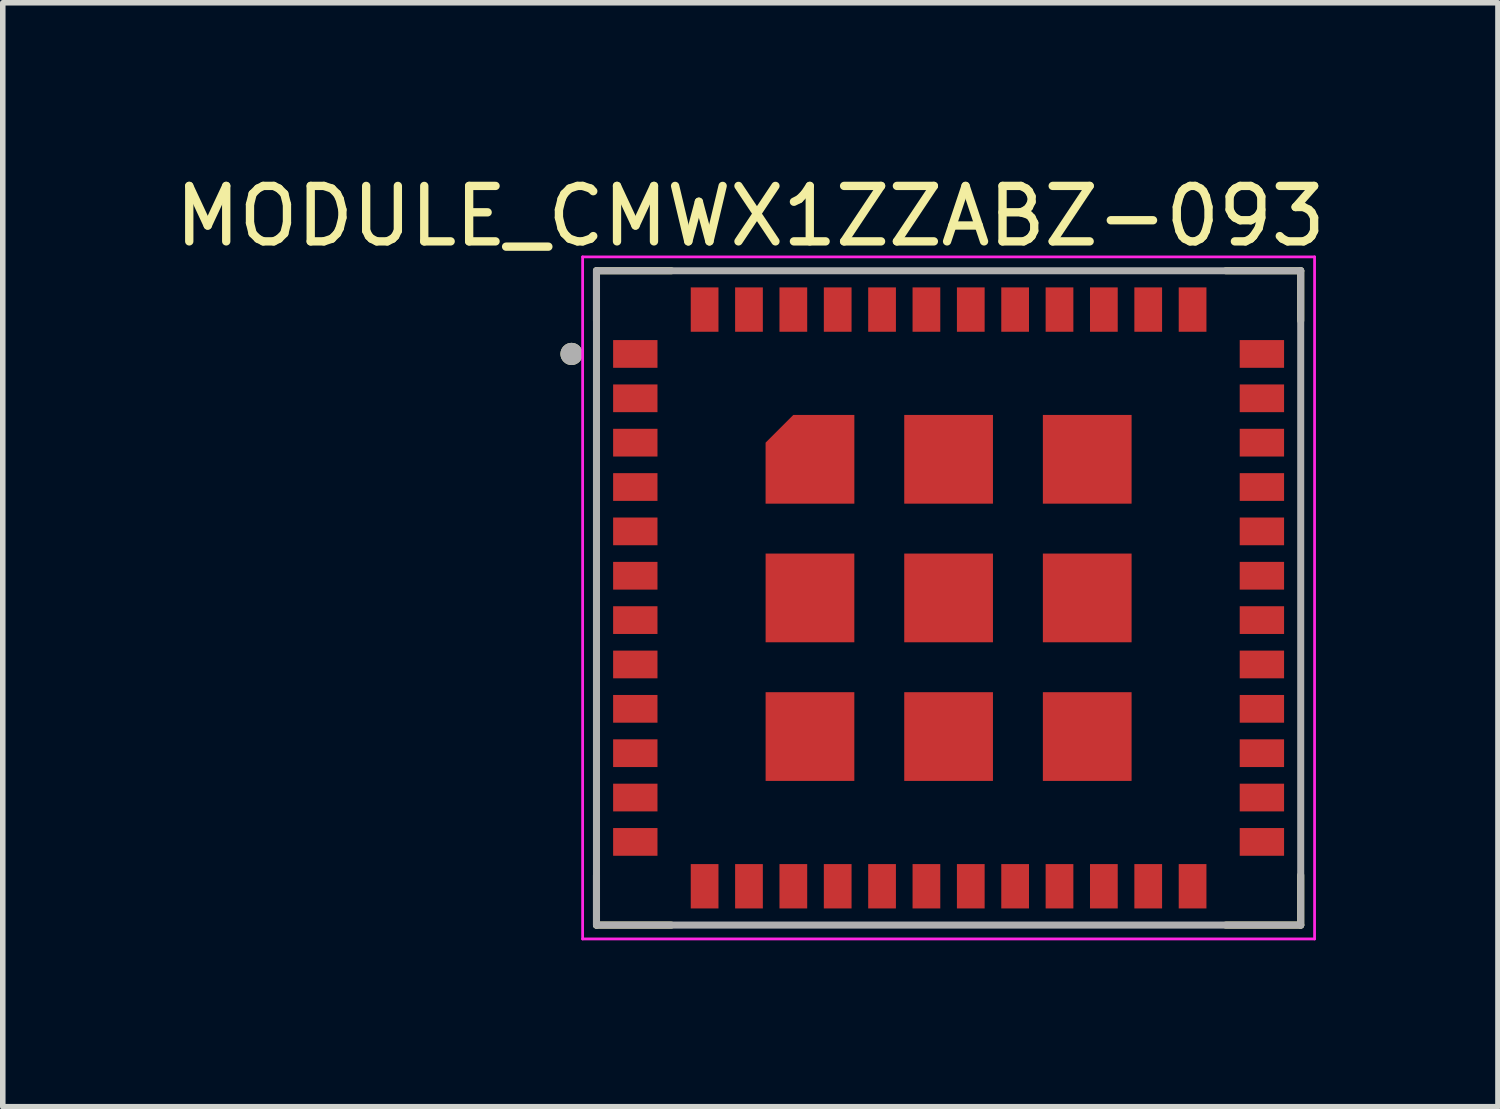
<source format=kicad_pcb>
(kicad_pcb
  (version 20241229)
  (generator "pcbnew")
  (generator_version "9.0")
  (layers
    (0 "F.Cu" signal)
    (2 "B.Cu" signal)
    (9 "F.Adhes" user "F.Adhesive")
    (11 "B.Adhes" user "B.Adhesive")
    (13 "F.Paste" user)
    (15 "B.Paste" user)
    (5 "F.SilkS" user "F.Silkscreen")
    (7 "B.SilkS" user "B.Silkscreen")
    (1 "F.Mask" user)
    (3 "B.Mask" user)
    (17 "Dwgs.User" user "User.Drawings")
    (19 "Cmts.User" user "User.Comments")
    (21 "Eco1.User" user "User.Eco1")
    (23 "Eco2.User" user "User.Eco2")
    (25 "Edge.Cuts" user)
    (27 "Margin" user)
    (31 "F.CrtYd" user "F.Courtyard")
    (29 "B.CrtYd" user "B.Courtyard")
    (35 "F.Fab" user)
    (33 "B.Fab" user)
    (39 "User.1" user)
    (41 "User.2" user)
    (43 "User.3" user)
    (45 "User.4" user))
  (footprint "MODULE_CMWX1ZZABZ-093"
    (layer "F.Cu")
    (at 14.057 7.733)
    (property "Reference" "MODULE_CMWX1ZZABZ-093" (at -3.575 -6.885 0) (layer "F.SilkS") (effects (font (size 1 1) (thickness 0.15))))
    (attr through_hole)
    (fp_poly (pts (xy -1.6 -3.4) (xy -1.6 -1.6) (xy -3.4 -1.6) (xy -3.4 -2.9) (xy -2.9 -3.4)) (stroke (width 0.001) (type solid)) (fill yes) (layer "F.Mask"))
    (fp_line (start -6.35 -5.9) (end -5 -5.9) (stroke (width 0.127) (type solid)) (layer "F.SilkS"))
    (fp_line (start -6.35 -5) (end -6.35 -5.9) (stroke (width 0.127) (type solid)) (layer "F.SilkS"))
    (fp_line (start -6.35 5) (end -6.35 5.9) (stroke (width 0.127) (type solid)) (layer "F.SilkS"))
    (fp_line (start -6.35 5.9) (end -5 5.9) (stroke (width 0.127) (type solid)) (layer "F.SilkS"))
    (fp_line (start 5 -5.9) (end 6.35 -5.9) (stroke (width 0.127) (type solid)) (layer "F.SilkS"))
    (fp_line (start 5 5.9) (end 6.35 5.9) (stroke (width 0.127) (type solid)) (layer "F.SilkS"))
    (fp_line (start 6.35 -5.9) (end 6.35 -5) (stroke (width 0.127) (type solid)) (layer "F.SilkS"))
    (fp_line (start 6.35 5.9) (end 6.35 5) (stroke (width 0.127) (type solid)) (layer "F.SilkS"))
    (fp_circle (center -6.8 -4.4) (end -6.7 -4.4) (stroke (width 0.2) (type solid)) (fill no) (layer "F.SilkS"))
    (fp_poly (pts (xy -1.7 -3.3) (xy -1.7 -1.7) (xy -3.3 -1.7) (xy -3.3 -2.8) (xy -2.8 -3.3)) (stroke (width 0.001) (type solid)) (fill yes) (layer "F.Paste"))
    (fp_line (start -6.6 -6.15) (end -6.6 6.15) (stroke (width 0.05) (type solid)) (layer "F.CrtYd"))
    (fp_line (start -6.6 6.15) (end 6.6 6.15) (stroke (width 0.05) (type solid)) (layer "F.CrtYd"))
    (fp_line (start 6.6 -6.15) (end -6.6 -6.15) (stroke (width 0.05) (type solid)) (layer "F.CrtYd"))
    (fp_line (start 6.6 6.15) (end 6.6 -6.15) (stroke (width 0.05) (type solid)) (layer "F.CrtYd"))
    (fp_line (start -6.35 -5.9) (end 6.35 -5.9) (stroke (width 0.127) (type solid)) (layer "F.Fab"))
    (fp_line (start -6.35 5.9) (end -6.35 -5.9) (stroke (width 0.127) (type solid)) (layer "F.Fab"))
    (fp_line (start 6.35 -5.9) (end 6.35 5.9) (stroke (width 0.127) (type solid)) (layer "F.Fab"))
    (fp_line (start 6.35 5.9) (end -6.35 5.9) (stroke (width 0.127) (type solid)) (layer "F.Fab"))
    (fp_circle (center -6.8 -4.4) (end -6.7 -4.4) (stroke (width 0.2) (type solid)) (fill no) (layer "F.Fab"))
    (pad "1" smd rect (at -5.65 -4.4) (size 0.8 0.5) (layers "F.Cu" "F.Mask" "F.Paste"))
    (pad "2" smd rect (at -5.65 -3.6) (size 0.8 0.5) (layers "F.Cu" "F.Mask" "F.Paste"))
    (pad "3" smd rect (at -5.65 -2.8) (size 0.8 0.5) (layers "F.Cu" "F.Mask" "F.Paste"))
    (pad "4" smd rect (at -5.65 -2) (size 0.8 0.5) (layers "F.Cu" "F.Mask" "F.Paste"))
    (pad "5" smd rect (at -5.65 -1.2) (size 0.8 0.5) (layers "F.Cu" "F.Mask" "F.Paste"))
    (pad "6" smd rect (at -5.65 -0.4) (size 0.8 0.5) (layers "F.Cu" "F.Mask" "F.Paste"))
    (pad "7" smd rect (at -5.65 0.4) (size 0.8 0.5) (layers "F.Cu" "F.Mask" "F.Paste"))
    (pad "8" smd rect (at -5.65 1.2) (size 0.8 0.5) (layers "F.Cu" "F.Mask" "F.Paste"))
    (pad "9" smd rect (at -5.65 2) (size 0.8 0.5) (layers "F.Cu" "F.Mask" "F.Paste"))
    (pad "10" smd rect (at -5.65 2.8) (size 0.8 0.5) (layers "F.Cu" "F.Mask" "F.Paste"))
    (pad "11" smd rect (at -5.65 3.6) (size 0.8 0.5) (layers "F.Cu" "F.Mask" "F.Paste"))
    (pad "12" smd rect (at -5.65 4.4) (size 0.8 0.5) (layers "F.Cu" "F.Mask" "F.Paste"))
    (pad "13" smd rect (at -4.4 5.2) (size 0.5 0.8) (layers "F.Cu" "F.Mask" "F.Paste"))
    (pad "14" smd rect (at -3.6 5.2) (size 0.5 0.8) (layers "F.Cu" "F.Mask" "F.Paste"))
    (pad "15" smd rect (at -2.8 5.2) (size 0.5 0.8) (layers "F.Cu" "F.Mask" "F.Paste"))
    (pad "16" smd rect (at -2 5.2) (size 0.5 0.8) (layers "F.Cu" "F.Mask" "F.Paste"))
    (pad "17" smd rect (at -1.2 5.2) (size 0.5 0.8) (layers "F.Cu" "F.Mask" "F.Paste"))
    (pad "18" smd rect (at -0.4 5.2) (size 0.5 0.8) (layers "F.Cu" "F.Mask" "F.Paste"))
    (pad "19" smd rect (at 0.4 5.2) (size 0.5 0.8) (layers "F.Cu" "F.Mask" "F.Paste"))
    (pad "20" smd rect (at 1.2 5.2) (size 0.5 0.8) (layers "F.Cu" "F.Mask" "F.Paste"))
    (pad "21" smd rect (at 2 5.2) (size 0.5 0.8) (layers "F.Cu" "F.Mask" "F.Paste"))
    (pad "22" smd rect (at 2.8 5.2) (size 0.5 0.8) (layers "F.Cu" "F.Mask" "F.Paste"))
    (pad "23" smd rect (at 3.6 5.2) (size 0.5 0.8) (layers "F.Cu" "F.Mask" "F.Paste"))
    (pad "24" smd rect (at 4.4 5.2) (size 0.5 0.8) (layers "F.Cu" "F.Mask" "F.Paste"))
    (pad "25" smd rect (at 5.65 4.4) (size 0.8 0.5) (layers "F.Cu" "F.Mask" "F.Paste"))
    (pad "26" smd rect (at 5.65 3.6) (size 0.8 0.5) (layers "F.Cu" "F.Mask" "F.Paste"))
    (pad "27" smd rect (at 5.65 2.8) (size 0.8 0.5) (layers "F.Cu" "F.Mask" "F.Paste"))
    (pad "28" smd rect (at 5.65 2) (size 0.8 0.5) (layers "F.Cu" "F.Mask" "F.Paste"))
    (pad "29" smd rect (at 5.65 1.2) (size 0.8 0.5) (layers "F.Cu" "F.Mask" "F.Paste"))
    (pad "30" smd rect (at 5.65 0.4) (size 0.8 0.5) (layers "F.Cu" "F.Mask" "F.Paste"))
    (pad "31" smd rect (at 5.65 -0.4) (size 0.8 0.5) (layers "F.Cu" "F.Mask" "F.Paste"))
    (pad "32" smd rect (at 5.65 -1.2) (size 0.8 0.5) (layers "F.Cu" "F.Mask" "F.Paste"))
    (pad "33" smd rect (at 5.65 -2) (size 0.8 0.5) (layers "F.Cu" "F.Mask" "F.Paste"))
    (pad "34" smd rect (at 5.65 -2.8) (size 0.8 0.5) (layers "F.Cu" "F.Mask" "F.Paste"))
    (pad "35" smd rect (at 5.65 -3.6) (size 0.8 0.5) (layers "F.Cu" "F.Mask" "F.Paste"))
    (pad "36" smd rect (at 5.65 -4.4) (size 0.8 0.5) (layers "F.Cu" "F.Mask" "F.Paste"))
    (pad "37" smd rect (at 4.4 -5.2) (size 0.5 0.8) (layers "F.Cu" "F.Mask" "F.Paste"))
    (pad "38" smd rect (at 3.6 -5.2) (size 0.5 0.8) (layers "F.Cu" "F.Mask" "F.Paste"))
    (pad "39" smd rect (at 2.8 -5.2) (size 0.5 0.8) (layers "F.Cu" "F.Mask" "F.Paste"))
    (pad "40" smd rect (at 2 -5.2) (size 0.5 0.8) (layers "F.Cu" "F.Mask" "F.Paste"))
    (pad "41" smd rect (at 1.2 -5.2) (size 0.5 0.8) (layers "F.Cu" "F.Mask" "F.Paste"))
    (pad "42" smd rect (at 0.4 -5.2) (size 0.5 0.8) (layers "F.Cu" "F.Mask" "F.Paste"))
    (pad "43" smd rect (at -0.4 -5.2) (size 0.5 0.8) (layers "F.Cu" "F.Mask" "F.Paste"))
    (pad "44" smd rect (at -1.2 -5.2) (size 0.5 0.8) (layers "F.Cu" "F.Mask" "F.Paste"))
    (pad "45" smd rect (at -2 -5.2) (size 0.5 0.8) (layers "F.Cu" "F.Mask" "F.Paste"))
    (pad "46" smd rect (at -2.8 -5.2) (size 0.5 0.8) (layers "F.Cu" "F.Mask" "F.Paste"))
    (pad "47" smd rect (at -3.6 -5.2) (size 0.5 0.8) (layers "F.Cu" "F.Mask" "F.Paste"))
    (pad "48" smd rect (at -4.4 -5.2) (size 0.5 0.8) (layers "F.Cu" "F.Mask" "F.Paste"))
    (pad "49" smd custom (at -2.5 -2.5) (size 0.8 0.8) (layers "F.Cu") (options (anchor rect)) (primitives (gr_poly (pts (xy 0.8 -0.8) (xy 0.8 0.8) (xy -0.8 0.8) (xy -0.8 -0.3) (xy -0.3 -0.8)) (width 0.001) (fill yes))))
    (pad "50" smd rect (at 0 -2.5) (size 1.6 1.6) (layers "F.Cu" "F.Mask" "F.Paste"))
    (pad "51" smd rect (at 2.5 -2.5) (size 1.6 1.6) (layers "F.Cu" "F.Mask" "F.Paste"))
    (pad "52" smd rect (at -2.5 0) (size 1.6 1.6) (layers "F.Cu" "F.Mask" "F.Paste"))
    (pad "53" smd rect (at 0 0) (size 1.6 1.6) (layers "F.Cu" "F.Mask" "F.Paste"))
    (pad "54" smd rect (at 2.5 0) (size 1.6 1.6) (layers "F.Cu" "F.Mask" "F.Paste"))
    (pad "55" smd rect (at -2.5 2.5) (size 1.6 1.6) (layers "F.Cu" "F.Mask" "F.Paste"))
    (pad "56" smd rect (at 0 2.5) (size 1.6 1.6) (layers "F.Cu" "F.Mask" "F.Paste"))
    (pad "57" smd rect (at 2.5 2.5) (size 1.6 1.6) (layers "F.Cu" "F.Mask" "F.Paste")))
  (gr_rect
    (start -3 -3)
    (end 23.964 16.908)
    (stroke (width 0.1) (type default))
    (fill no)
    (layer "Edge.Cuts")))
</source>
